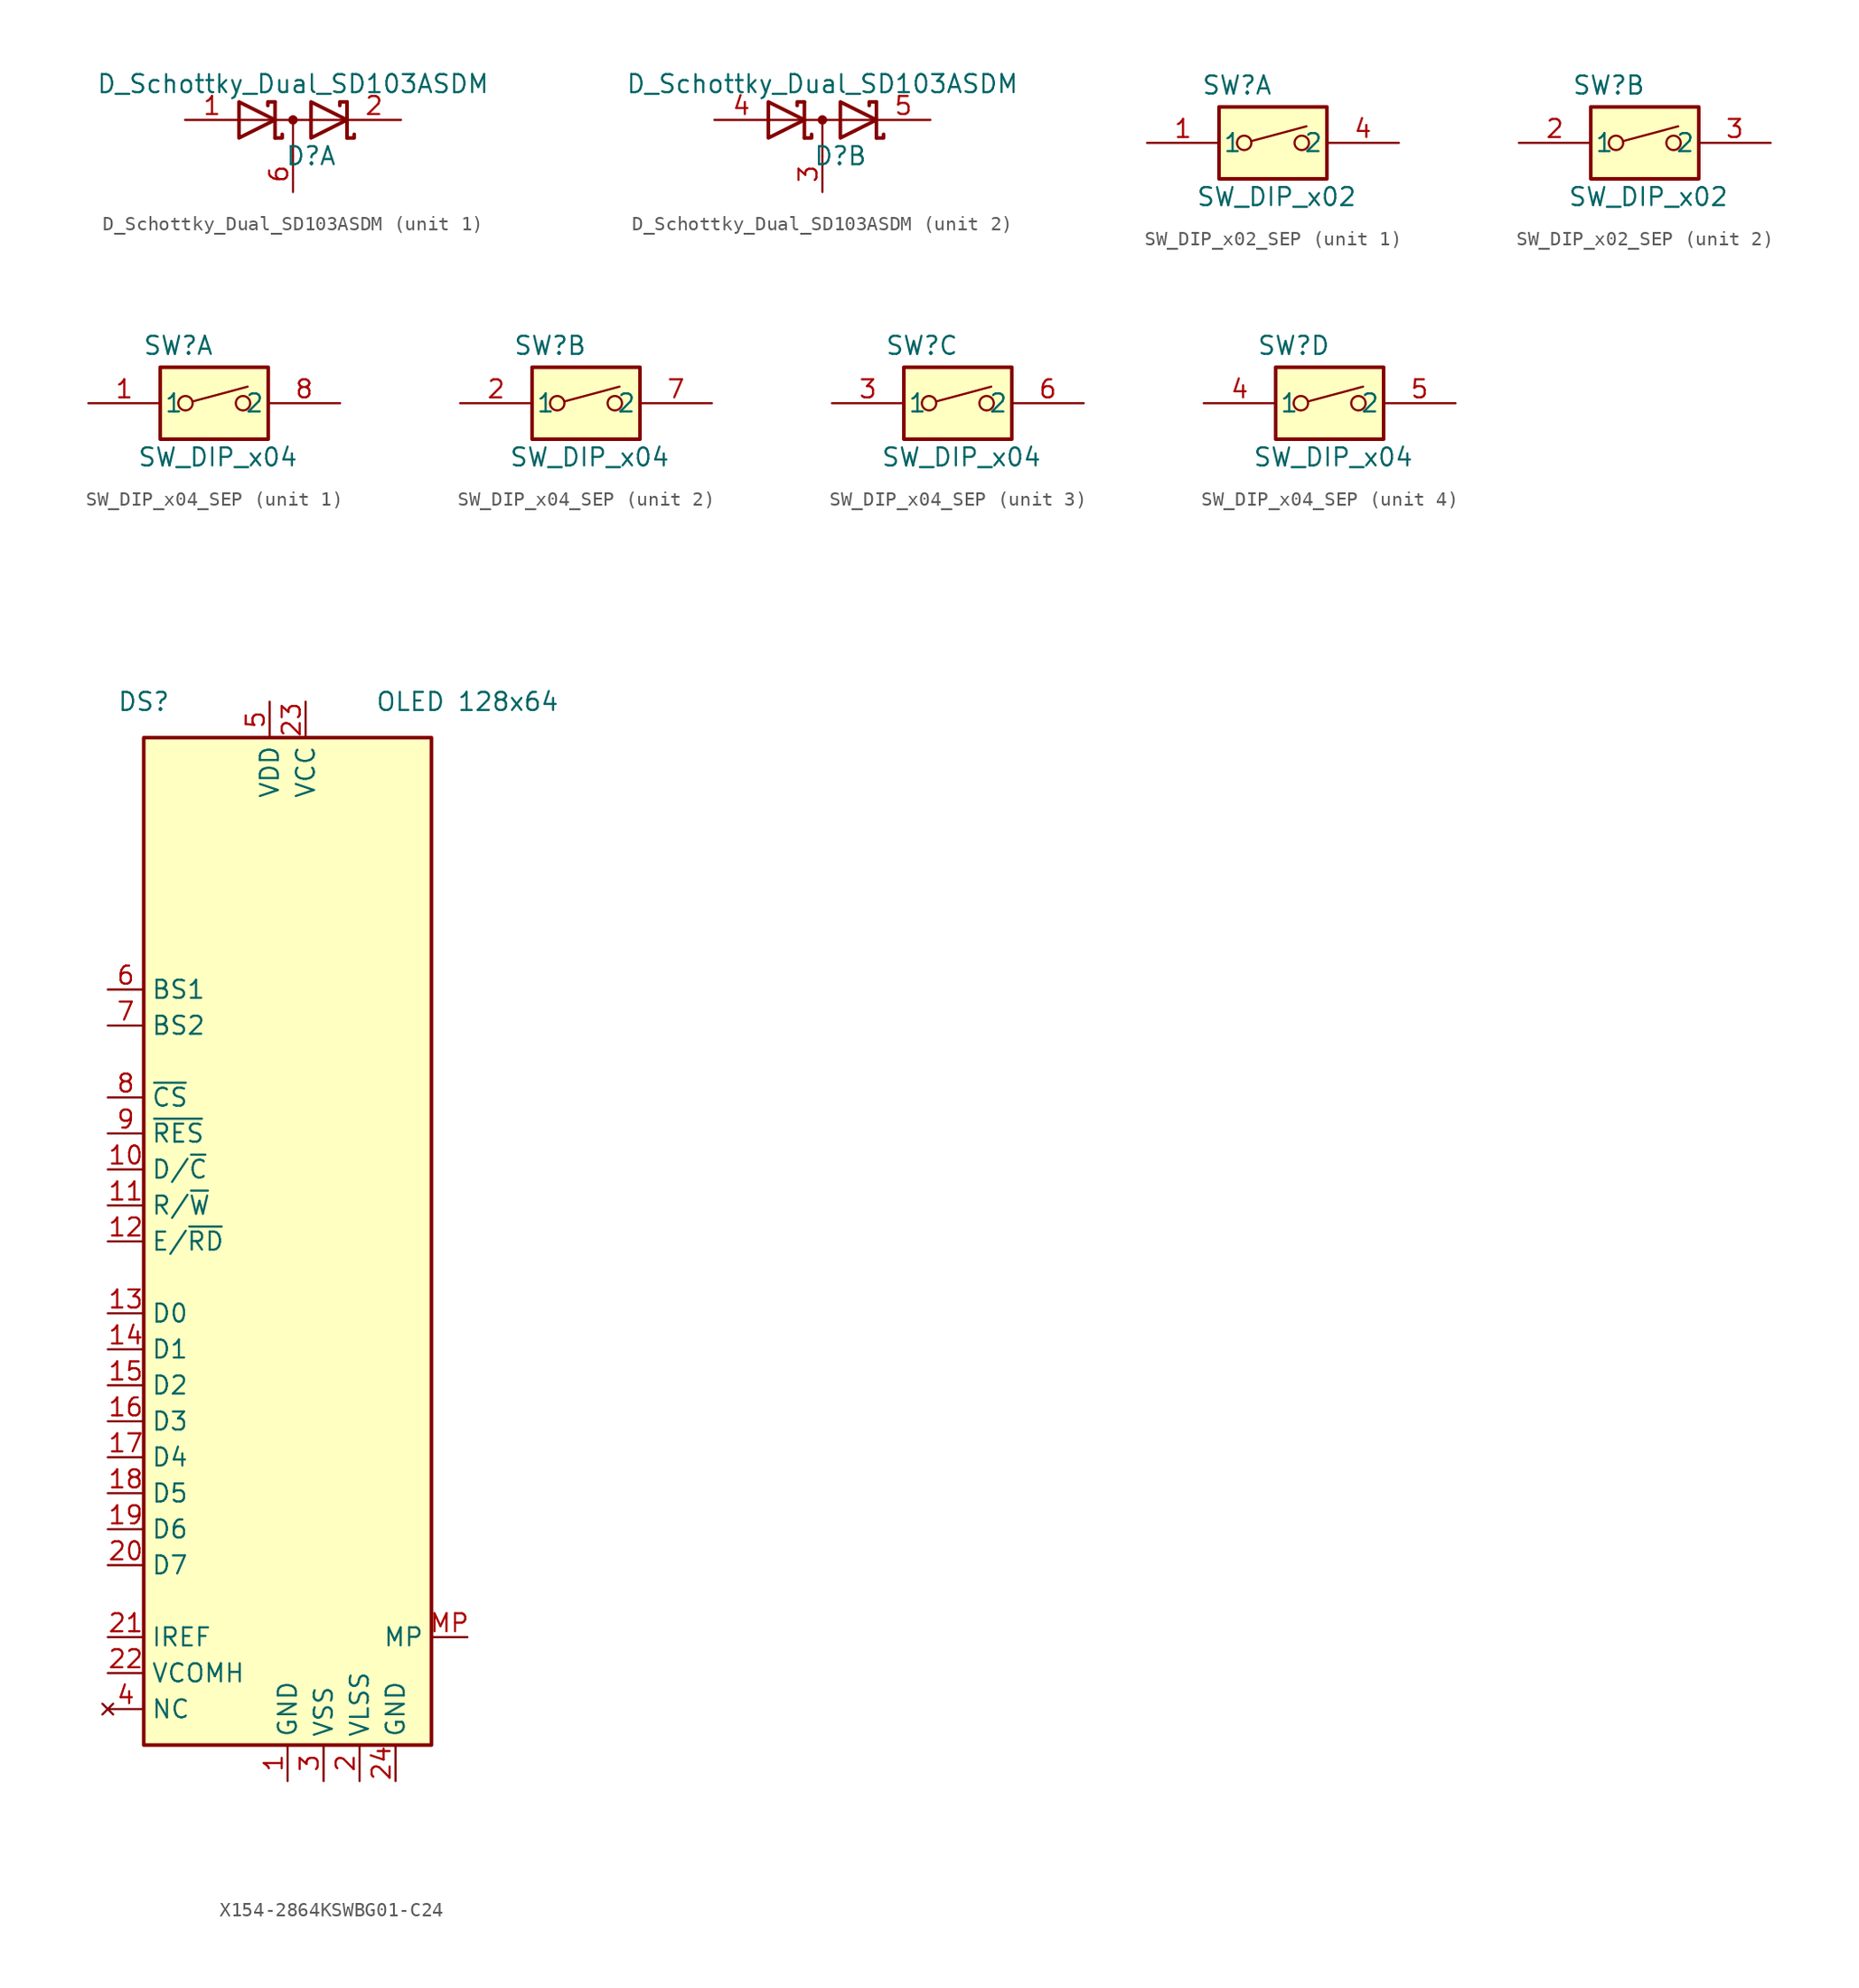
<source format=kicad_sym>
(kicad_symbol_lib
  (version 20231120)
  (generator "kicad_symbol_editor")
  (generator_version "8.0")
  (symbol "D_Schottky_Dual_SD103ASDM"
    (pin_names
      (offset 0.762) hide)
    (property "Reference" "D"
      (at 1.27 -2.54 0)
      (effects (font (size 1.27 1.27))))
    (property "Value" "D_Schottky_Dual_SD103ASDM"
      (at 0 2.54 0)
      (effects (font (size 1.27 1.27))))
    (property "ki_locked" ""
      (at 0 0 0)
      (effects (font (size 1.27 1.27))))
    (symbol "D_Schottky_Dual_SD103ASDM_0_1"
      (polyline (pts (xy 0 0) (xy 0 -2.54)) (stroke (width 0) (type default)) (fill (type none)))
      (polyline (pts (xy 3.81 0) (xy -3.81 0)) (stroke (width 0) (type default)) (fill (type none)))
      (polyline (pts (xy -1.27 -1.27) (xy -1.27 1.27) (xy -1.27 1.27)) (stroke (width 0.254) (type default)) (fill (type none)))
      (polyline (pts (xy 3.81 1.27) (xy 3.81 -1.27) (xy 3.81 -1.27)) (stroke (width 0.254) (type default)) (fill (type none)))
      (polyline (pts (xy -1.27 -1.27) (xy -0.762 -1.27) (xy -0.762 -1.016) (xy -0.762 -1.016)) (stroke (width 0.254) (type default)) (fill (type none)))
      (polyline (pts (xy 3.81 -1.27) (xy 4.318 -1.27) (xy 4.318 -1.016) (xy 4.318 -1.016)) (stroke (width 0.254) (type default)) (fill (type none)))
      (polyline (pts (xy 3.81 1.27) (xy 3.302 1.27) (xy 3.302 1.016) (xy 3.302 1.016)) (stroke (width 0.254) (type default)) (fill (type none)))
      (polyline (pts (xy -1.778 1.016) (xy -1.778 1.27) (xy -1.27 1.27) (xy -1.27 1.27) (xy -1.27 1.27)) (stroke (width 0.254) (type default)) (fill (type none)))
      (polyline (pts (xy -3.81 1.27) (xy -1.27 0) (xy -3.81 -1.27) (xy -3.81 1.27) (xy -3.81 1.27) (xy -3.81 1.27)) (stroke (width 0.254) (type default)) (fill (type none)))
      (polyline (pts (xy 1.27 1.27) (xy 3.81 0) (xy 1.27 -1.27) (xy 1.27 1.27) (xy 1.27 1.27) (xy 1.27 1.27)) (stroke (width 0.254) (type default)) (fill (type none)))
      (circle (center 0 0) (radius 0.254) (stroke (width 0) (type default)) (fill (type outline))))
    (symbol "D_Schottky_Dual_SD103ASDM_1_1"
      (pin passive line (at -7.62 0 0) (length 3.81) (name "A" (effects (font (size 1.27 1.27)))) (number "1" (effects (font (size 1.27 1.27)))))
      (pin passive line (at 7.62 0 180) (length 3.81) (name "K" (effects (font (size 1.27 1.27)))) (number "2" (effects (font (size 1.27 1.27)))))
      (pin passive line (at 0 -5.08 90) (length 2.54) (name "common" (effects (font (size 1.27 1.27)))) (number "6" (effects (font (size 1.27 1.27))))))
    (symbol "D_Schottky_Dual_SD103ASDM_2_1"
      (pin passive line (at 0 -5.08 90) (length 2.54) (name "common" (effects (font (size 1.27 1.27)))) (number "3" (effects (font (size 1.27 1.27)))))
      (pin passive line (at -7.62 0 0) (length 3.81) (name "A" (effects (font (size 1.27 1.27)))) (number "4" (effects (font (size 1.27 1.27)))))
      (pin passive line (at 7.62 0 180) (length 3.81) (name "K" (effects (font (size 1.27 1.27)))) (number "5" (effects (font (size 1.27 1.27)))))))
  (symbol "SW_DIP_x02_SEP"
    (pin_names
      (offset 0.254))
    (property "Reference" "SW"
      (at -2.54 4.064 0)
      (effects (font (size 1.27 1.27))))
    (property "Value" "SW_DIP_x02"
      (at 0.254 -3.81 0)
      (effects (font (size 1.27 1.27))))
    (property "ki_locked" ""
      (at 0 0 0)
      (effects (font (size 1.27 1.27))))
    (symbol "SW_DIP_x02_SEP_0_0"
      (circle (center -2.032 0) (radius 0.508) (stroke (width 0) (type default)) (fill (type none)))
      (polyline (pts (xy -1.524 0.127) (xy 2.362 1.168)) (stroke (width 0) (type default)) (fill (type none)))
      (circle (center 2.032 0) (radius 0.508) (stroke (width 0) (type default)) (fill (type none))))
    (symbol "SW_DIP_x02_SEP_0_1"
      (rectangle (start -3.81 2.54) (end 3.81 -2.54) (stroke (width 0.254) (type default)) (fill (type background))))
    (symbol "SW_DIP_x02_SEP_1_1"
      (pin passive line (at -8.89 0 0) (length 5.08) (name "1" (effects (font (size 1.27 1.27)))) (number "1" (effects (font (size 1.27 1.27)))))
      (pin passive line (at 8.89 0 180) (length 5.08) (name "2" (effects (font (size 1.27 1.27)))) (number "4" (effects (font (size 1.27 1.27))))))
    (symbol "SW_DIP_x02_SEP_2_1"
      (pin passive line (at -8.89 0 0) (length 5.08) (name "1" (effects (font (size 1.27 1.27)))) (number "2" (effects (font (size 1.27 1.27)))))
      (pin passive line (at 8.89 0 180) (length 5.08) (name "2" (effects (font (size 1.27 1.27)))) (number "3" (effects (font (size 1.27 1.27)))))))
  (symbol "SW_DIP_x04_SEP"
    (pin_names
      (offset 0.254))
    (property "Reference" "SW"
      (at -2.54 4.064 0)
      (effects (font (size 1.27 1.27))))
    (property "Value" "SW_DIP_x04"
      (at 0.254 -3.81 0)
      (effects (font (size 1.27 1.27))))
    (property "ki_locked" ""
      (at 0 0 0)
      (effects (font (size 1.27 1.27))))
    (symbol "SW_DIP_x04_SEP_0_0"
      (circle (center -2.032 0) (radius 0.508) (stroke (width 0) (type default)) (fill (type none)))
      (polyline (pts (xy -1.524 0.127) (xy 2.362 1.168)) (stroke (width 0) (type default)) (fill (type none)))
      (circle (center 2.032 0) (radius 0.508) (stroke (width 0) (type default)) (fill (type none))))
    (symbol "SW_DIP_x04_SEP_0_1"
      (rectangle (start -3.81 2.54) (end 3.81 -2.54) (stroke (width 0.254) (type default)) (fill (type background))))
    (symbol "SW_DIP_x04_SEP_1_1"
      (pin passive line (at -8.89 0 0) (length 5.08) (name "1" (effects (font (size 1.27 1.27)))) (number "1" (effects (font (size 1.27 1.27)))))
      (pin passive line (at 8.89 0 180) (length 5.08) (name "2" (effects (font (size 1.27 1.27)))) (number "8" (effects (font (size 1.27 1.27))))))
    (symbol "SW_DIP_x04_SEP_2_1"
      (pin passive line (at -8.89 0 0) (length 5.08) (name "1" (effects (font (size 1.27 1.27)))) (number "2" (effects (font (size 1.27 1.27)))))
      (pin passive line (at 8.89 0 180) (length 5.08) (name "2" (effects (font (size 1.27 1.27)))) (number "7" (effects (font (size 1.27 1.27))))))
    (symbol "SW_DIP_x04_SEP_3_1"
      (pin passive line (at -8.89 0 0) (length 5.08) (name "1" (effects (font (size 1.27 1.27)))) (number "3" (effects (font (size 1.27 1.27)))))
      (pin passive line (at 8.89 0 180) (length 5.08) (name "2" (effects (font (size 1.27 1.27)))) (number "6" (effects (font (size 1.27 1.27))))))
    (symbol "SW_DIP_x04_SEP_4_1"
      (pin passive line (at -8.89 0 0) (length 5.08) (name "1" (effects (font (size 1.27 1.27)))) (number "4" (effects (font (size 1.27 1.27)))))
      (pin passive line (at 8.89 0 180) (length 5.08) (name "2" (effects (font (size 1.27 1.27)))) (number "5" (effects (font (size 1.27 1.27)))))))
  (symbol "X154-2864KSWBG01-C24"
    (property "Reference" "DS"
      (at -10.16 38.1 0)
      (effects (font (size 1.27 1.27))))
    (property "Value" "OLED 128x64"
      (at 12.7 38.1 0)
      (effects (font (size 1.27 1.27))))
    (symbol "X154-2864KSWBG01-C24_0_1"
      (rectangle (start -10.16 35.56) (end 10.16 -35.56) (stroke (width 0.254) (type default)) (fill (type background))))
    (symbol "X154-2864KSWBG01-C24_1_1"
      (pin power_in line (at 0 -38.1 90) (length 2.54) (name "GND" (effects (font (size 1.27 1.27)))) (number "1" (effects (font (size 1.27 1.27)))))
      (pin input line (at -12.7 5.08 0) (length 2.54) (name "D/~{C}" (effects (font (size 1.27 1.27)))) (number "10" (effects (font (size 1.27 1.27)))))
      (pin input line (at -12.7 2.54 0) (length 2.54) (name "R/~{W}" (effects (font (size 1.27 1.27)))) (number "11" (effects (font (size 1.27 1.27)))))
      (pin input line (at -12.7 0 0) (length 2.54) (name "E/~{RD}" (effects (font (size 1.27 1.27)))) (number "12" (effects (font (size 1.27 1.27)))))
      (pin bidirectional line (at -12.7 -5.08 0) (length 2.54) (name "D0" (effects (font (size 1.27 1.27)))) (number "13" (effects (font (size 1.27 1.27)))))
      (pin bidirectional line (at -12.7 -7.62 0) (length 2.54) (name "D1" (effects (font (size 1.27 1.27)))) (number "14" (effects (font (size 1.27 1.27)))))
      (pin bidirectional line (at -12.7 -10.16 0) (length 2.54) (name "D2" (effects (font (size 1.27 1.27)))) (number "15" (effects (font (size 1.27 1.27)))))
      (pin bidirectional line (at -12.7 -12.7 0) (length 2.54) (name "D3" (effects (font (size 1.27 1.27)))) (number "16" (effects (font (size 1.27 1.27)))))
      (pin bidirectional line (at -12.7 -15.24 0) (length 2.54) (name "D4" (effects (font (size 1.27 1.27)))) (number "17" (effects (font (size 1.27 1.27)))))
      (pin bidirectional line (at -12.7 -17.78 0) (length 2.54) (name "D5" (effects (font (size 1.27 1.27)))) (number "18" (effects (font (size 1.27 1.27)))))
      (pin bidirectional line (at -12.7 -20.32 0) (length 2.54) (name "D6" (effects (font (size 1.27 1.27)))) (number "19" (effects (font (size 1.27 1.27)))))
      (pin power_in line (at 5.08 -38.1 90) (length 2.54) (name "VLSS" (effects (font (size 1.27 1.27)))) (number "2" (effects (font (size 1.27 1.27)))))
      (pin bidirectional line (at -12.7 -22.86 0) (length 2.54) (name "D7" (effects (font (size 1.27 1.27)))) (number "20" (effects (font (size 1.27 1.27)))))
      (pin passive line (at -12.7 -27.94 0) (length 2.54) (name "IREF" (effects (font (size 1.27 1.27)))) (number "21" (effects (font (size 1.27 1.27)))))
      (pin passive line (at -12.7 -30.48 0) (length 2.54) (name "VCOMH" (effects (font (size 1.27 1.27)))) (number "22" (effects (font (size 1.27 1.27)))))
      (pin power_in line (at 1.27 38.1 270) (length 2.54) (name "VCC" (effects (font (size 1.27 1.27)))) (number "23" (effects (font (size 1.27 1.27)))))
      (pin power_in line (at 7.62 -38.1 90) (length 2.54) (name "GND" (effects (font (size 1.27 1.27)))) (number "24" (effects (font (size 1.27 1.27)))))
      (pin power_in line (at 2.54 -38.1 90) (length 2.54) (name "VSS" (effects (font (size 1.27 1.27)))) (number "3" (effects (font (size 1.27 1.27)))))
      (pin no_connect line (at -12.7 -33.02 0) (length 2.54) (name "NC" (effects (font (size 1.27 1.27)))) (number "4" (effects (font (size 1.27 1.27)))))
      (pin power_in line (at -1.27 38.1 270) (length 2.54) (name "VDD" (effects (font (size 1.27 1.27)))) (number "5" (effects (font (size 1.27 1.27)))))
      (pin input line (at -12.7 17.78 0) (length 2.54) (name "BS1" (effects (font (size 1.27 1.27)))) (number "6" (effects (font (size 1.27 1.27)))))
      (pin input line (at -12.7 15.24 0) (length 2.54) (name "BS2" (effects (font (size 1.27 1.27)))) (number "7" (effects (font (size 1.27 1.27)))))
      (pin input line (at -12.7 10.16 0) (length 2.54) (name "~{CS}" (effects (font (size 1.27 1.27)))) (number "8" (effects (font (size 1.27 1.27)))))
      (pin input line (at -12.7 7.62 0) (length 2.54) (name "~{RES}" (effects (font (size 1.27 1.27)))) (number "9" (effects (font (size 1.27 1.27)))))
      (pin free line (at 12.7 -27.94 180) (length 2.54) (name "MP" (effects (font (size 1.27 1.27)))) (number "MP" (effects (font (size 1.27 1.27))))))))
</source>
